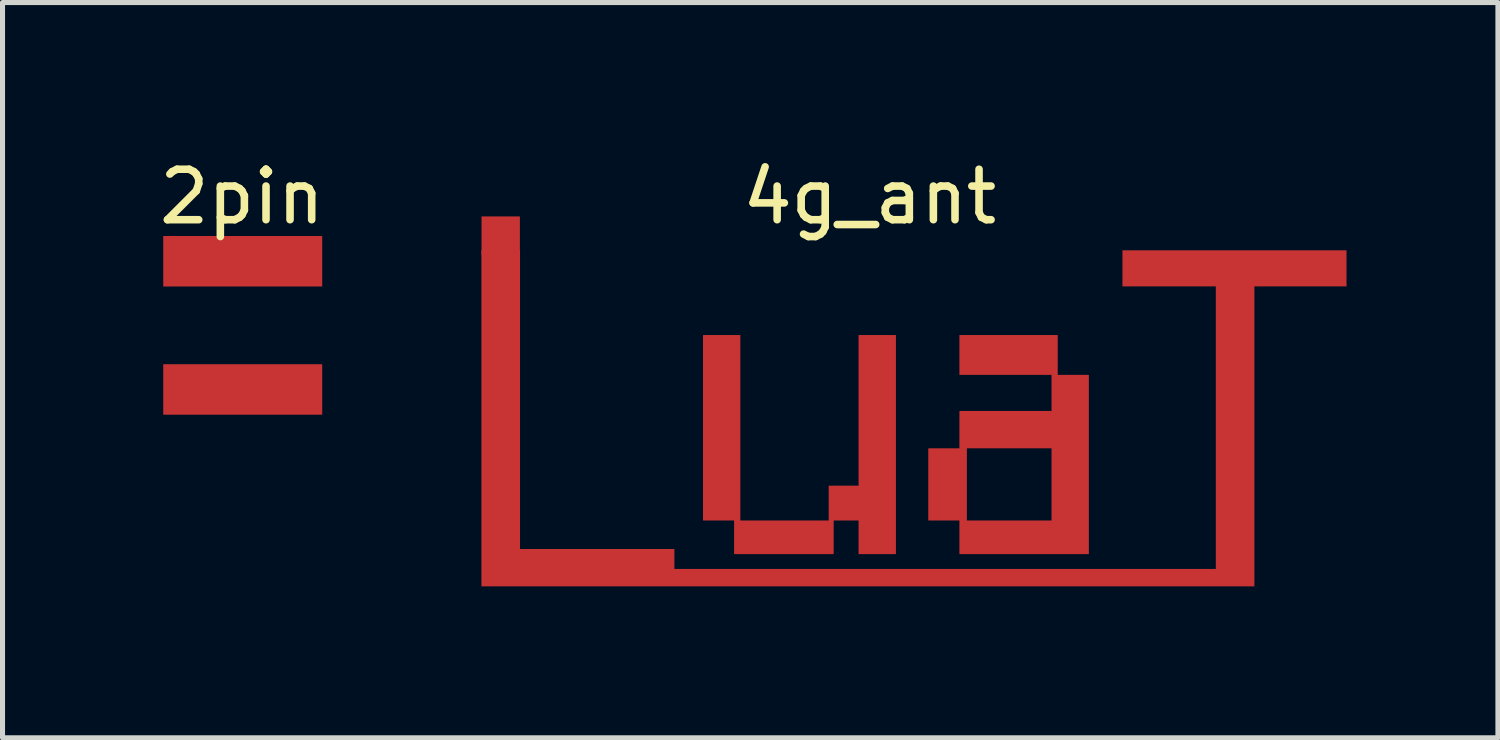
<source format=kicad_pcb>
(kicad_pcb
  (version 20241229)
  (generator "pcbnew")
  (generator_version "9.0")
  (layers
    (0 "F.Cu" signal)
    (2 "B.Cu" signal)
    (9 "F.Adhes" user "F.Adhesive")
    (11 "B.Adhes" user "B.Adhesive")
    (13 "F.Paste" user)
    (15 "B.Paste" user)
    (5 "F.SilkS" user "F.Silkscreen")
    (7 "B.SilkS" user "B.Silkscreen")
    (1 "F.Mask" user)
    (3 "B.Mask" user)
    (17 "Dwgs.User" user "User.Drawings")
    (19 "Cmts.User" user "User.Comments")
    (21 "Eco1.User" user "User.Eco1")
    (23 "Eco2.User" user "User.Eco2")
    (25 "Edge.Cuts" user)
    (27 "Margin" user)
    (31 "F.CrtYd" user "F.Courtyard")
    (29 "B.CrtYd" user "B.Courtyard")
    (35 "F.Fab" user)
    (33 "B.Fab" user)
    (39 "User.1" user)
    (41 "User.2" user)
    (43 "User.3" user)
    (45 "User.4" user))
  (footprint "4g_ant"
    (layer "F.Cu")
    (at 14.18 0.348)
    (property "Reference" "4g_ant" (at 0 0.5 0) (layer "F.SilkS") (effects (font (size 1 1) (thickness 0.15))))
    (attr through_hole)
    (fp_poly (pts (xy -6.927 7.479) (xy -3.869 7.479) (xy -3.869 7.874) (xy 6.858 7.874) (xy 6.858 2.276) (xy 5.008 2.276) (xy 5.008 1.561) (xy 9.447 1.561) (xy 9.447 2.276) (xy 7.622 2.276) (xy 7.622 8.219) (xy -7.692 8.219) (xy -7.692 1.561) (xy -6.927 1.561) (xy -6.927 7.479)) (stroke (width 0) (type solid)) (fill yes) (layer "F.Cu"))
    (fp_poly (pts (xy -2.562 6.914) (xy -0.812 6.914) (xy -0.812 6.224) (xy -0.22 6.224) (xy -0.22 3.24) (xy 0.52 3.24) (xy 0.52 7.58) (xy -0.22 7.58) (xy -0.22 6.914) (xy -0.713 6.914) (xy -0.713 7.58) (xy -2.686 7.58) (xy -2.686 6.914) (xy -3.302 6.914) (xy -3.302 3.24) (xy -2.562 3.24) (xy -2.562 6.914)) (stroke (width 0) (type solid)) (fill yes) (layer "F.Cu"))
    (fp_poly (pts (xy 3.726 4.029) (xy 4.342 4.029) (xy 4.342 7.58) (xy 1.778 7.58) (xy 1.778 6.914) (xy 1.161 6.914) (xy 1.161 5.484) (xy 1.778 5.484) (xy 1.926 5.484) (xy 1.926 6.914) (xy 3.603 6.914) (xy 3.603 5.484) (xy 1.926 5.484) (xy 1.778 5.484) (xy 1.778 4.744) (xy 3.603 4.744) (xy 3.603 4.029) (xy 1.778 4.029) (xy 1.778 3.24) (xy 3.726 3.24) (xy 3.726 4.029)) (stroke (width 0) (type solid)) (fill yes) (layer "F.Cu"))
    (fp_poly (pts (xy -6.927 7.479) (xy -3.869 7.479) (xy -3.869 7.874) (xy 6.858 7.874) (xy 6.858 2.276) (xy 5.008 2.276) (xy 5.008 1.561) (xy 9.447 1.561) (xy 9.447 2.276) (xy 7.622 2.276) (xy 7.622 8.219) (xy -7.692 8.219) (xy -7.692 1.561) (xy -6.927 1.561) (xy -6.927 7.479)) (stroke (width 0) (type solid)) (fill yes) (layer "F.Mask"))
    (fp_poly (pts (xy -2.562 6.914) (xy -0.812 6.914) (xy -0.812 6.224) (xy -0.22 6.224) (xy -0.22 3.24) (xy 0.52 3.24) (xy 0.52 7.58) (xy -0.22 7.58) (xy -0.22 6.914) (xy -0.713 6.914) (xy -0.713 7.58) (xy -2.686 7.58) (xy -2.686 6.914) (xy -3.302 6.914) (xy -3.302 3.24) (xy -2.562 3.24) (xy -2.562 6.914)) (stroke (width 0) (type solid)) (fill yes) (layer "F.Mask"))
    (fp_poly (pts (xy 3.726 4.029) (xy 4.342 4.029) (xy 4.342 7.58) (xy 1.778 7.58) (xy 1.778 6.914) (xy 1.161 6.914) (xy 1.161 5.484) (xy 1.778 5.484) (xy 1.926 5.484) (xy 1.926 6.914) (xy 3.603 6.914) (xy 3.603 5.484) (xy 1.926 5.484) (xy 1.778 5.484) (xy 1.778 4.744) (xy 3.603 4.744) (xy 3.603 4.029) (xy 1.778 4.029) (xy 1.778 3.24) (xy 3.726 3.24) (xy 3.726 4.029)) (stroke (width 0) (type solid)) (fill yes) (layer "F.Mask"))
    (fp_poly (pts (xy -6.927 7.479) (xy -3.869 7.479) (xy -3.869 7.874) (xy 6.858 7.874) (xy 6.858 2.276) (xy 5.008 2.276) (xy 5.008 1.561) (xy 9.447 1.561) (xy 9.447 2.276) (xy 7.622 2.276) (xy 7.622 8.219) (xy -7.692 8.219) (xy -7.692 1.561) (xy -6.927 1.561) (xy -6.927 7.479)) (stroke (width 0) (type solid)) (fill yes) (layer "F.Paste"))
    (fp_poly (pts (xy -2.562 6.914) (xy -0.812 6.914) (xy -0.812 6.224) (xy -0.22 6.224) (xy -0.22 3.24) (xy 0.52 3.24) (xy 0.52 7.58) (xy -0.22 7.58) (xy -0.22 6.914) (xy -0.713 6.914) (xy -0.713 7.58) (xy -2.686 7.58) (xy -2.686 6.914) (xy -3.302 6.914) (xy -3.302 3.24) (xy -2.562 3.24) (xy -2.562 6.914)) (stroke (width 0) (type solid)) (fill yes) (layer "F.Paste"))
    (fp_poly (pts (xy 3.726 4.029) (xy 4.342 4.029) (xy 4.342 7.58) (xy 1.778 7.58) (xy 1.778 6.914) (xy 1.161 6.914) (xy 1.161 5.484) (xy 1.778 5.484) (xy 1.926 5.484) (xy 1.926 6.914) (xy 3.603 6.914) (xy 3.603 5.484) (xy 1.926 5.484) (xy 1.778 5.484) (xy 1.778 4.744) (xy 3.603 4.744) (xy 3.603 4.029) (xy 1.778 4.029) (xy 1.778 3.24) (xy 3.726 3.24) (xy 3.726 4.029)) (stroke (width 0) (type solid)) (fill yes) (layer "F.Paste"))
    (pad "1" smd rect (at -7.31 1.27) (size 0.76 0.76) (layers "F.Cu" "F.Mask" "F.Paste")))
  (footprint "2pin"
    (layer "F.Cu")
    (at 1.744 0.348)
    (property "Reference" "2pin" (at 0 0.5 0) (layer "F.SilkS") (effects (font (size 1 1) (thickness 0.15))))
    (attr through_hole)
    (pad "1" smd rect (at 0.015 1.778) (size 3.15 1) (layers "F.Cu" "F.Mask" "F.Paste"))
    (pad "2" smd rect (at 0.015 4.318) (size 3.15 1) (layers "F.Cu" "F.Mask" "F.Paste")))
  (gr_rect
    (start -3 -3)
    (end 26.627 11.567)
    (stroke (width 0.1) (type default))
    (fill no)
    (layer "Edge.Cuts")))
</source>
